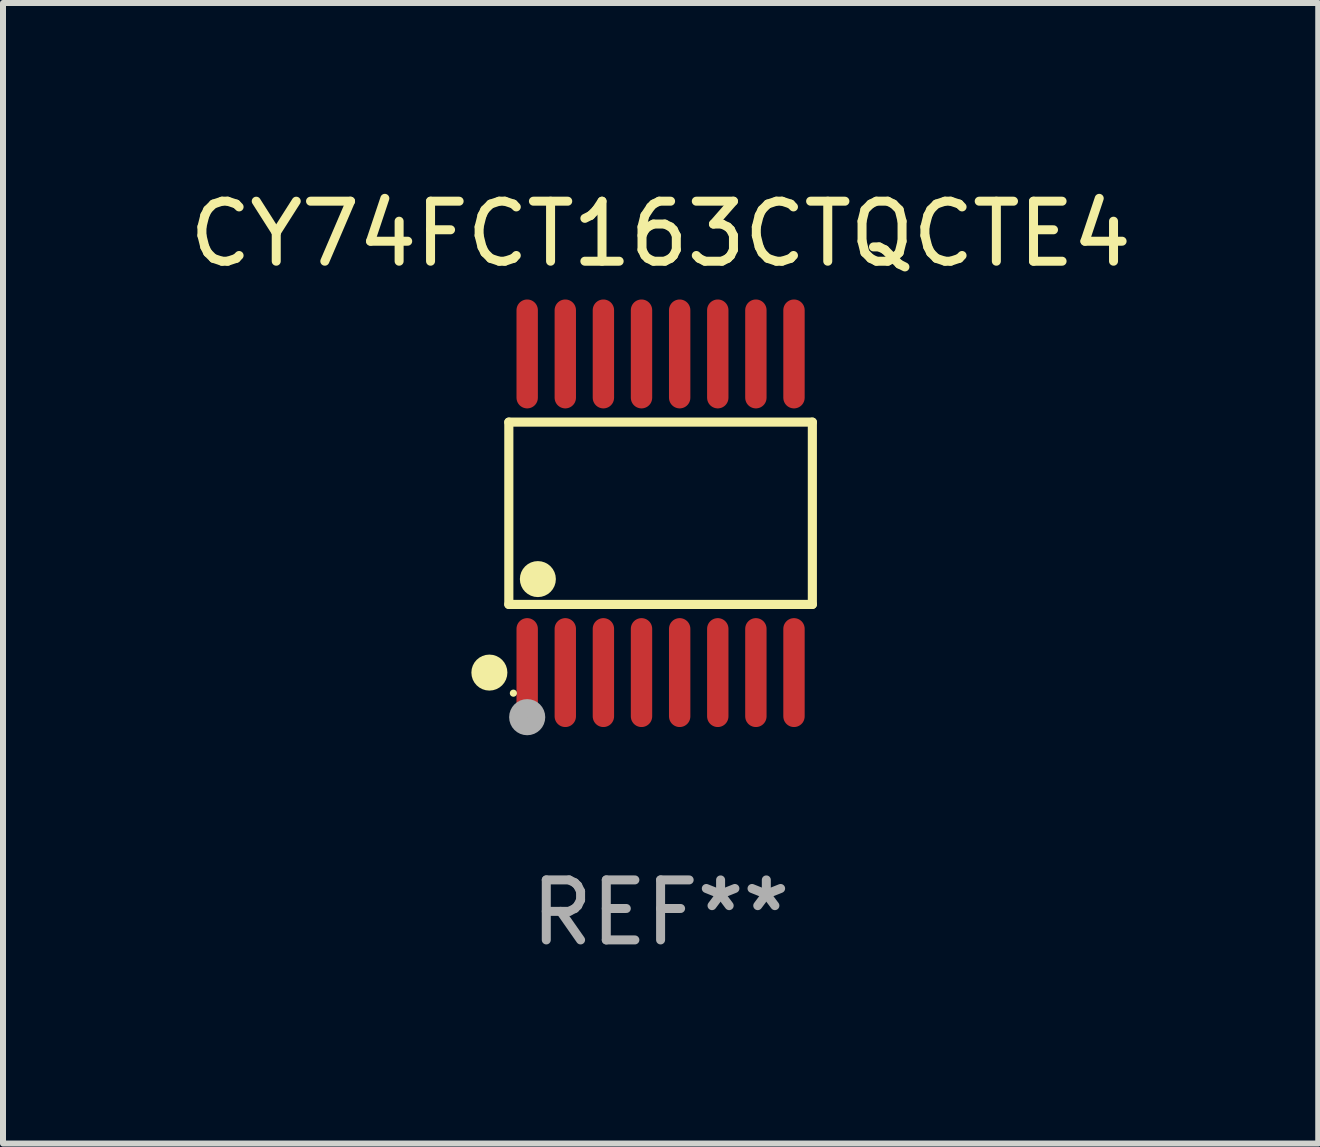
<source format=kicad_pcb>
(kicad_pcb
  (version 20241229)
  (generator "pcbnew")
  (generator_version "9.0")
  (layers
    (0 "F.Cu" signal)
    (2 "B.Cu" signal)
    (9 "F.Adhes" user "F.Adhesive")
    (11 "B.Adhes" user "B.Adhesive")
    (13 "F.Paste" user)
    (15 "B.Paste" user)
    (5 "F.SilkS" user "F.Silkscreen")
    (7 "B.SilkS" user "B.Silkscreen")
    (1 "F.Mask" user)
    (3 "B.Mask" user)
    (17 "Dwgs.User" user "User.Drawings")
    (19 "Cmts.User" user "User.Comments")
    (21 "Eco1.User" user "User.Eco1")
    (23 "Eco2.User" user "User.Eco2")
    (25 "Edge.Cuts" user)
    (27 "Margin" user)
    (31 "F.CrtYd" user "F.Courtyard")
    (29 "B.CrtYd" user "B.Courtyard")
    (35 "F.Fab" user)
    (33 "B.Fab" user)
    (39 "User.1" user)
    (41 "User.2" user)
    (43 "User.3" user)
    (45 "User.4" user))
  (footprint "CY74FCT163CTQCTE4"
    (layer "F.Cu")
    (at 7.958 5.503)
    (property "Reference" "CY74FCT163CTQCTE4" (at 0 -4.655 0) (layer "F.SilkS") (effects (font (size 1 1) (thickness 0.15))))
    (attr through_hole)
    (fp_line (start -2.529 -1.519) (end 2.529 -1.519) (stroke (width 0.152) (type solid)) (layer "F.SilkS"))
    (fp_line (start -2.529 1.519) (end -2.529 -1.519) (stroke (width 0.152) (type solid)) (layer "F.SilkS"))
    (fp_line (start 2.529 -1.519) (end 2.529 1.519) (stroke (width 0.152) (type solid)) (layer "F.SilkS"))
    (fp_line (start 2.529 1.519) (end -2.529 1.519) (stroke (width 0.152) (type solid)) (layer "F.SilkS"))
    (fp_circle (center -2.853 2.655) (end -2.703 2.655) (stroke (width 0.3) (type solid)) (fill no) (layer "F.SilkS"))
    (fp_circle (center -2.453 2.998) (end -2.423 2.998) (stroke (width 0.06) (type solid)) (fill no) (layer "F.SilkS"))
    (fp_circle (center -2.045 1.097) (end -1.895 1.097) (stroke (width 0.3) (type solid)) (fill no) (layer "F.SilkS"))
    (fp_circle (center -2.223 3.398) (end -2.072 3.398) (stroke (width 0.3) (type solid)) (fill no) (layer "F.Fab"))
    (fp_text user "REF**" (at 0 6.655 0) (layer "F.Fab") (effects (font (size 1 1) (thickness 0.15))))
    (pad "1" smd oval (at -2.223 2.655) (size 0.356 1.815) (layers "F.Cu" "F.Mask" "F.Paste"))
    (pad "2" smd oval (at -1.588 2.655) (size 0.356 1.815) (layers "F.Cu" "F.Mask" "F.Paste"))
    (pad "3" smd oval (at -0.953 2.655) (size 0.356 1.815) (layers "F.Cu" "F.Mask" "F.Paste"))
    (pad "4" smd oval (at -0.318 2.655) (size 0.356 1.815) (layers "F.Cu" "F.Mask" "F.Paste"))
    (pad "5" smd oval (at 0.318 2.655) (size 0.356 1.815) (layers "F.Cu" "F.Mask" "F.Paste"))
    (pad "6" smd oval (at 0.953 2.655) (size 0.356 1.815) (layers "F.Cu" "F.Mask" "F.Paste"))
    (pad "7" smd oval (at 1.588 2.655) (size 0.356 1.815) (layers "F.Cu" "F.Mask" "F.Paste"))
    (pad "8" smd oval (at 2.223 2.655) (size 0.356 1.815) (layers "F.Cu" "F.Mask" "F.Paste"))
    (pad "9" smd oval (at 2.223 -2.655) (size 0.356 1.815) (layers "F.Cu" "F.Mask" "F.Paste"))
    (pad "10" smd oval (at 1.588 -2.655) (size 0.356 1.815) (layers "F.Cu" "F.Mask" "F.Paste"))
    (pad "11" smd oval (at 0.953 -2.655) (size 0.356 1.815) (layers "F.Cu" "F.Mask" "F.Paste"))
    (pad "12" smd oval (at 0.318 -2.655) (size 0.356 1.815) (layers "F.Cu" "F.Mask" "F.Paste"))
    (pad "13" smd oval (at -0.318 -2.655) (size 0.356 1.815) (layers "F.Cu" "F.Mask" "F.Paste"))
    (pad "14" smd oval (at -0.953 -2.655) (size 0.356 1.815) (layers "F.Cu" "F.Mask" "F.Paste"))
    (pad "15" smd oval (at -1.588 -2.655) (size 0.356 1.815) (layers "F.Cu" "F.Mask" "F.Paste"))
    (pad "16" smd oval (at -2.223 -2.655) (size 0.356 1.815) (layers "F.Cu" "F.Mask" "F.Paste")))
  (gr_rect
    (start -3 -3)
    (end 18.917 16.006)
    (stroke (width 0.1) (type default))
    (fill no)
    (layer "Edge.Cuts")))
</source>
